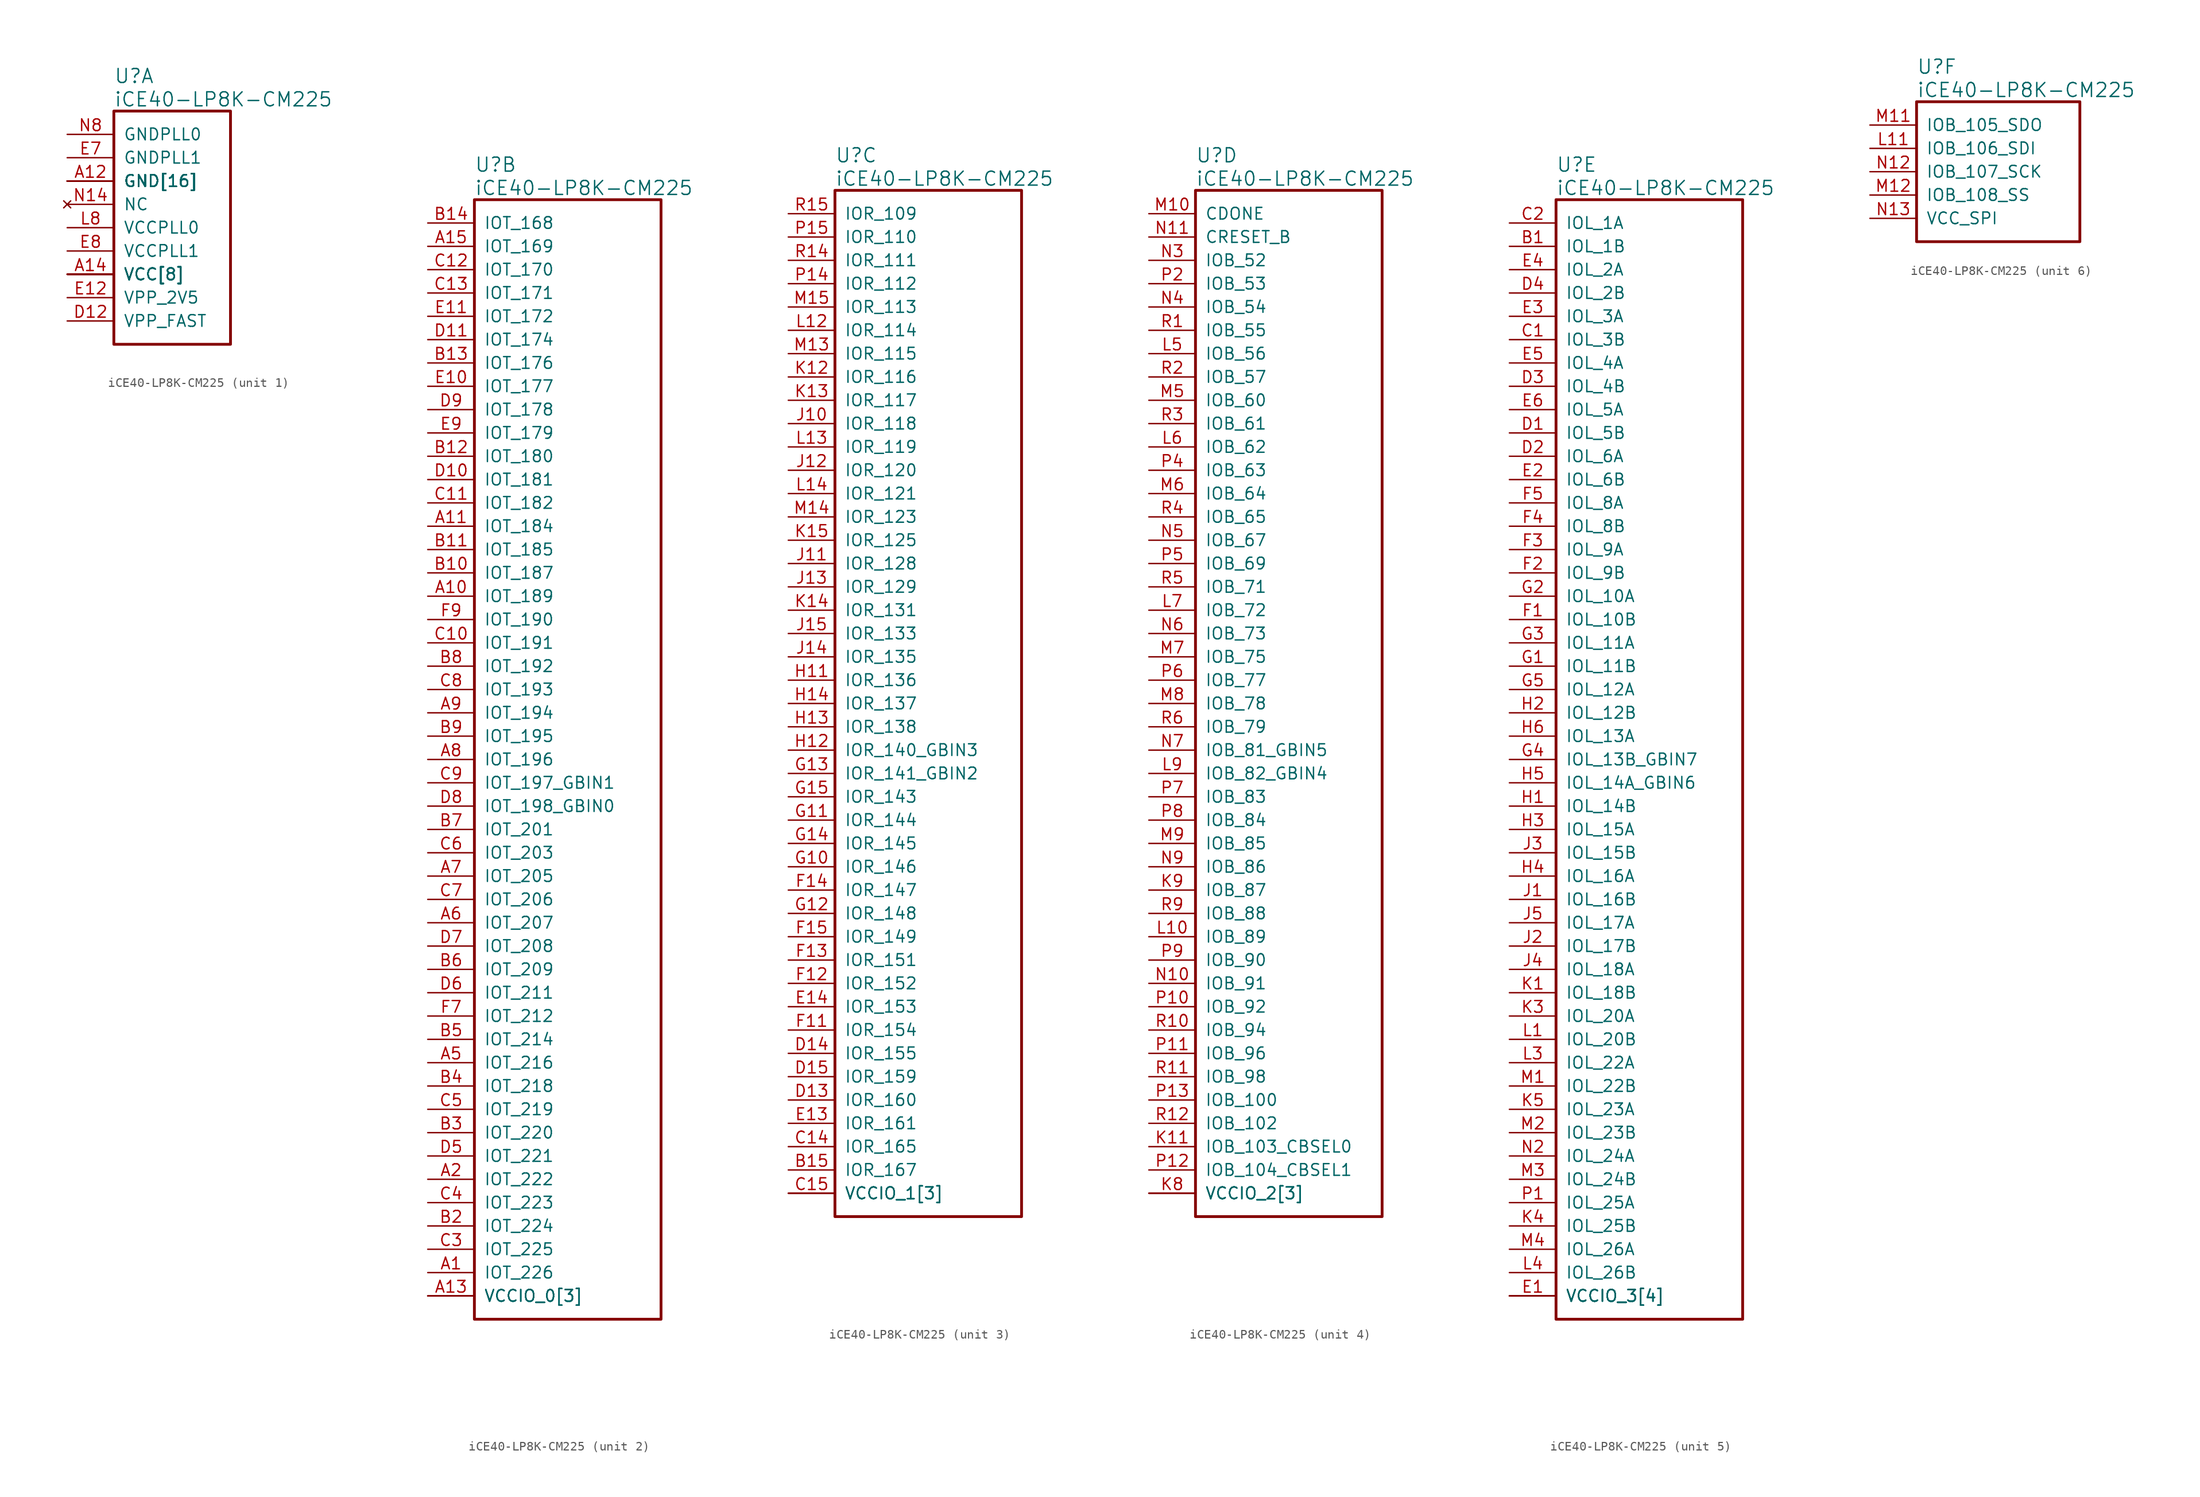
<source format=kicad_sym>
(kicad_symbol_lib
  (version 20241209)
  (generator "kicad_symbol_editor")
  (generator_version "9.0")
  (symbol "iCE40-LP8K-CM225"
    (pin_names
      (offset 1.016))
    (property "Reference" "U"
      (at 5.08 6.35 0)
      (effects (font (size 1.524 1.524)) (justify left)))
    (property "Value" "iCE40-LP8K-CM225"
      (at 5.08 3.81 0)
      (effects (font (size 1.524 1.524)) (justify left)))
    (property "ki_locked" ""
      (at 0 0 0)
      (effects (font (size 1.27 1.27))))
    (symbol "iCE40-LP8K-CM225_1_1"
      (rectangle (start 5.08 2.54) (end 17.78 -22.86) (stroke (width 0.305) (type solid)) (fill (type none)))
      (pin power_in line (at 0 0 0) (length 5.08) (name "GNDPLL0" (effects (font (size 1.27 1.27)))) (number "N8" (effects (font (size 1.27 1.27)))))
      (pin power_in line (at 0 -2.54 0) (length 5.08) (name "GNDPLL1" (effects (font (size 1.27 1.27)))) (number "E7" (effects (font (size 1.27 1.27)))))
      (pin power_in line (at 0 -5.08 0) (length 5.08) (name "GND[16]" (effects (font (size 1.27 1.27)))) (number "A12" (effects (font (size 1.27 1.27)))))
      (pin power_in line (at 0 -5.08 0) (length 5.08) (name "GND[16]" (effects (font (size 1.27 1.27)))) (number "A4" (effects (font (size 0 0)))))
      (pin power_in line (at 0 -5.08 0) (length 5.08) (name "GND[16]" (effects (font (size 1.27 1.27)))) (number "E15" (effects (font (size 0 0)))))
      (pin power_in line (at 0 -5.08 0) (length 5.08) (name "GND[16]" (effects (font (size 1.27 1.27)))) (number "G7" (effects (font (size 0 0)))))
      (pin power_in line (at 0 -5.08 0) (length 5.08) (name "GND[16]" (effects (font (size 1.27 1.27)))) (number "G8" (effects (font (size 0 0)))))
      (pin power_in line (at 0 -5.08 0) (length 5.08) (name "GND[16]" (effects (font (size 1.27 1.27)))) (number "G9" (effects (font (size 0 0)))))
      (pin power_in line (at 0 -5.08 0) (length 5.08) (name "GND[16]" (effects (font (size 1.27 1.27)))) (number "H7" (effects (font (size 0 0)))))
      (pin power_in line (at 0 -5.08 0) (length 5.08) (name "GND[16]" (effects (font (size 1.27 1.27)))) (number "H8" (effects (font (size 0 0)))))
      (pin power_in line (at 0 -5.08 0) (length 5.08) (name "GND[16]" (effects (font (size 1.27 1.27)))) (number "H9" (effects (font (size 0 0)))))
      (pin power_in line (at 0 -5.08 0) (length 5.08) (name "GND[16]" (effects (font (size 1.27 1.27)))) (number "J7" (effects (font (size 0 0)))))
      (pin power_in line (at 0 -5.08 0) (length 5.08) (name "GND[16]" (effects (font (size 1.27 1.27)))) (number "J8" (effects (font (size 0 0)))))
      (pin power_in line (at 0 -5.08 0) (length 5.08) (name "GND[16]" (effects (font (size 1.27 1.27)))) (number "J9" (effects (font (size 0 0)))))
      (pin power_in line (at 0 -5.08 0) (length 5.08) (name "GND[16]" (effects (font (size 1.27 1.27)))) (number "K2" (effects (font (size 0 0)))))
      (pin power_in line (at 0 -5.08 0) (length 5.08) (name "GND[16]" (effects (font (size 1.27 1.27)))) (number "K7" (effects (font (size 0 0)))))
      (pin power_in line (at 0 -5.08 0) (length 5.08) (name "GND[16]" (effects (font (size 1.27 1.27)))) (number "L15" (effects (font (size 0 0)))))
      (pin power_in line (at 0 -5.08 0) (length 5.08) (name "GND[16]" (effects (font (size 1.27 1.27)))) (number "R7" (effects (font (size 0 0)))))
      (pin no_connect line (at 0 -7.62 0) (length 5.08) (name "NC" (effects (font (size 1.27 1.27)))) (number "N14" (effects (font (size 1.27 1.27)))))
      (pin power_in line (at 0 -10.16 0) (length 5.08) (name "VCCPLL0" (effects (font (size 1.27 1.27)))) (number "L8" (effects (font (size 1.27 1.27)))))
      (pin power_in line (at 0 -12.7 0) (length 5.08) (name "VCCPLL1" (effects (font (size 1.27 1.27)))) (number "E8" (effects (font (size 1.27 1.27)))))
      (pin power_in line (at 0 -15.24 0) (length 5.08) (name "VCC[8]" (effects (font (size 1.27 1.27)))) (number "A14" (effects (font (size 1.27 1.27)))))
      (pin power_in line (at 0 -15.24 0) (length 5.08) (name "VCC[8]" (effects (font (size 1.27 1.27)))) (number "F10" (effects (font (size 0 0)))))
      (pin power_in line (at 0 -15.24 0) (length 5.08) (name "VCC[8]" (effects (font (size 1.27 1.27)))) (number "F6" (effects (font (size 0 0)))))
      (pin power_in line (at 0 -15.24 0) (length 5.08) (name "VCC[8]" (effects (font (size 1.27 1.27)))) (number "H15" (effects (font (size 0 0)))))
      (pin power_in line (at 0 -15.24 0) (length 5.08) (name "VCC[8]" (effects (font (size 1.27 1.27)))) (number "K10" (effects (font (size 0 0)))))
      (pin power_in line (at 0 -15.24 0) (length 5.08) (name "VCC[8]" (effects (font (size 1.27 1.27)))) (number "K6" (effects (font (size 0 0)))))
      (pin power_in line (at 0 -15.24 0) (length 5.08) (name "VCC[8]" (effects (font (size 1.27 1.27)))) (number "L2" (effects (font (size 0 0)))))
      (pin power_in line (at 0 -15.24 0) (length 5.08) (name "VCC[8]" (effects (font (size 1.27 1.27)))) (number "R8" (effects (font (size 0 0)))))
      (pin power_in line (at 0 -17.78 0) (length 5.08) (name "VPP_2V5" (effects (font (size 1.27 1.27)))) (number "E12" (effects (font (size 1.27 1.27)))))
      (pin power_in line (at 0 -20.32 0) (length 5.08) (name "VPP_FAST" (effects (font (size 1.27 1.27)))) (number "D12" (effects (font (size 1.27 1.27))))))
    (symbol "iCE40-LP8K-CM225_2_1"
      (rectangle (start 5.08 2.54) (end 25.4 -119.38) (stroke (width 0.305) (type solid)) (fill (type none)))
      (pin bidirectional line (at 0 0 0) (length 5.08) (name "IOT_168" (effects (font (size 1.27 1.27)))) (number "B14" (effects (font (size 1.27 1.27)))))
      (pin bidirectional line (at 0 -2.54 0) (length 5.08) (name "IOT_169" (effects (font (size 1.27 1.27)))) (number "A15" (effects (font (size 1.27 1.27)))))
      (pin bidirectional line (at 0 -5.08 0) (length 5.08) (name "IOT_170" (effects (font (size 1.27 1.27)))) (number "C12" (effects (font (size 1.27 1.27)))))
      (pin bidirectional line (at 0 -7.62 0) (length 5.08) (name "IOT_171" (effects (font (size 1.27 1.27)))) (number "C13" (effects (font (size 1.27 1.27)))))
      (pin bidirectional line (at 0 -10.16 0) (length 5.08) (name "IOT_172" (effects (font (size 1.27 1.27)))) (number "E11" (effects (font (size 1.27 1.27)))))
      (pin bidirectional line (at 0 -12.7 0) (length 5.08) (name "IOT_174" (effects (font (size 1.27 1.27)))) (number "D11" (effects (font (size 1.27 1.27)))))
      (pin bidirectional line (at 0 -15.24 0) (length 5.08) (name "IOT_176" (effects (font (size 1.27 1.27)))) (number "B13" (effects (font (size 1.27 1.27)))))
      (pin bidirectional line (at 0 -17.78 0) (length 5.08) (name "IOT_177" (effects (font (size 1.27 1.27)))) (number "E10" (effects (font (size 1.27 1.27)))))
      (pin bidirectional line (at 0 -20.32 0) (length 5.08) (name "IOT_178" (effects (font (size 1.27 1.27)))) (number "D9" (effects (font (size 1.27 1.27)))))
      (pin bidirectional line (at 0 -22.86 0) (length 5.08) (name "IOT_179" (effects (font (size 1.27 1.27)))) (number "E9" (effects (font (size 1.27 1.27)))))
      (pin bidirectional line (at 0 -25.4 0) (length 5.08) (name "IOT_180" (effects (font (size 1.27 1.27)))) (number "B12" (effects (font (size 1.27 1.27)))))
      (pin bidirectional line (at 0 -27.94 0) (length 5.08) (name "IOT_181" (effects (font (size 1.27 1.27)))) (number "D10" (effects (font (size 1.27 1.27)))))
      (pin bidirectional line (at 0 -30.48 0) (length 5.08) (name "IOT_182" (effects (font (size 1.27 1.27)))) (number "C11" (effects (font (size 1.27 1.27)))))
      (pin bidirectional line (at 0 -33.02 0) (length 5.08) (name "IOT_184" (effects (font (size 1.27 1.27)))) (number "A11" (effects (font (size 1.27 1.27)))))
      (pin bidirectional line (at 0 -35.56 0) (length 5.08) (name "IOT_185" (effects (font (size 1.27 1.27)))) (number "B11" (effects (font (size 1.27 1.27)))))
      (pin bidirectional line (at 0 -38.1 0) (length 5.08) (name "IOT_187" (effects (font (size 1.27 1.27)))) (number "B10" (effects (font (size 1.27 1.27)))))
      (pin bidirectional line (at 0 -40.64 0) (length 5.08) (name "IOT_189" (effects (font (size 1.27 1.27)))) (number "A10" (effects (font (size 1.27 1.27)))))
      (pin bidirectional line (at 0 -43.18 0) (length 5.08) (name "IOT_190" (effects (font (size 1.27 1.27)))) (number "F9" (effects (font (size 1.27 1.27)))))
      (pin bidirectional line (at 0 -45.72 0) (length 5.08) (name "IOT_191" (effects (font (size 1.27 1.27)))) (number "C10" (effects (font (size 1.27 1.27)))))
      (pin bidirectional line (at 0 -48.26 0) (length 5.08) (name "IOT_192" (effects (font (size 1.27 1.27)))) (number "B8" (effects (font (size 1.27 1.27)))))
      (pin bidirectional line (at 0 -50.8 0) (length 5.08) (name "IOT_193" (effects (font (size 1.27 1.27)))) (number "C8" (effects (font (size 1.27 1.27)))))
      (pin bidirectional line (at 0 -53.34 0) (length 5.08) (name "IOT_194" (effects (font (size 1.27 1.27)))) (number "A9" (effects (font (size 1.27 1.27)))))
      (pin bidirectional line (at 0 -55.88 0) (length 5.08) (name "IOT_195" (effects (font (size 1.27 1.27)))) (number "B9" (effects (font (size 1.27 1.27)))))
      (pin bidirectional line (at 0 -58.42 0) (length 5.08) (name "IOT_196" (effects (font (size 1.27 1.27)))) (number "A8" (effects (font (size 1.27 1.27)))))
      (pin bidirectional line (at 0 -60.96 0) (length 5.08) (name "IOT_197_GBIN1" (effects (font (size 1.27 1.27)))) (number "C9" (effects (font (size 1.27 1.27)))))
      (pin bidirectional line (at 0 -63.5 0) (length 5.08) (name "IOT_198_GBIN0" (effects (font (size 1.27 1.27)))) (number "D8" (effects (font (size 1.27 1.27)))))
      (pin bidirectional line (at 0 -66.04 0) (length 5.08) (name "IOT_201" (effects (font (size 1.27 1.27)))) (number "B7" (effects (font (size 1.27 1.27)))))
      (pin bidirectional line (at 0 -68.58 0) (length 5.08) (name "IOT_203" (effects (font (size 1.27 1.27)))) (number "C6" (effects (font (size 1.27 1.27)))))
      (pin bidirectional line (at 0 -71.12 0) (length 5.08) (name "IOT_205" (effects (font (size 1.27 1.27)))) (number "A7" (effects (font (size 1.27 1.27)))))
      (pin bidirectional line (at 0 -73.66 0) (length 5.08) (name "IOT_206" (effects (font (size 1.27 1.27)))) (number "C7" (effects (font (size 1.27 1.27)))))
      (pin bidirectional line (at 0 -76.2 0) (length 5.08) (name "IOT_207" (effects (font (size 1.27 1.27)))) (number "A6" (effects (font (size 1.27 1.27)))))
      (pin bidirectional line (at 0 -78.74 0) (length 5.08) (name "IOT_208" (effects (font (size 1.27 1.27)))) (number "D7" (effects (font (size 1.27 1.27)))))
      (pin bidirectional line (at 0 -81.28 0) (length 5.08) (name "IOT_209" (effects (font (size 1.27 1.27)))) (number "B6" (effects (font (size 1.27 1.27)))))
      (pin bidirectional line (at 0 -83.82 0) (length 5.08) (name "IOT_211" (effects (font (size 1.27 1.27)))) (number "D6" (effects (font (size 1.27 1.27)))))
      (pin bidirectional line (at 0 -86.36 0) (length 5.08) (name "IOT_212" (effects (font (size 1.27 1.27)))) (number "F7" (effects (font (size 1.27 1.27)))))
      (pin bidirectional line (at 0 -88.9 0) (length 5.08) (name "IOT_214" (effects (font (size 1.27 1.27)))) (number "B5" (effects (font (size 1.27 1.27)))))
      (pin bidirectional line (at 0 -91.44 0) (length 5.08) (name "IOT_216" (effects (font (size 1.27 1.27)))) (number "A5" (effects (font (size 1.27 1.27)))))
      (pin bidirectional line (at 0 -93.98 0) (length 5.08) (name "IOT_218" (effects (font (size 1.27 1.27)))) (number "B4" (effects (font (size 1.27 1.27)))))
      (pin bidirectional line (at 0 -96.52 0) (length 5.08) (name "IOT_219" (effects (font (size 1.27 1.27)))) (number "C5" (effects (font (size 1.27 1.27)))))
      (pin bidirectional line (at 0 -99.06 0) (length 5.08) (name "IOT_220" (effects (font (size 1.27 1.27)))) (number "B3" (effects (font (size 1.27 1.27)))))
      (pin bidirectional line (at 0 -101.6 0) (length 5.08) (name "IOT_221" (effects (font (size 1.27 1.27)))) (number "D5" (effects (font (size 1.27 1.27)))))
      (pin bidirectional line (at 0 -104.14 0) (length 5.08) (name "IOT_222" (effects (font (size 1.27 1.27)))) (number "A2" (effects (font (size 1.27 1.27)))))
      (pin bidirectional line (at 0 -106.68 0) (length 5.08) (name "IOT_223" (effects (font (size 1.27 1.27)))) (number "C4" (effects (font (size 1.27 1.27)))))
      (pin bidirectional line (at 0 -109.22 0) (length 5.08) (name "IOT_224" (effects (font (size 1.27 1.27)))) (number "B2" (effects (font (size 1.27 1.27)))))
      (pin bidirectional line (at 0 -111.76 0) (length 5.08) (name "IOT_225" (effects (font (size 1.27 1.27)))) (number "C3" (effects (font (size 1.27 1.27)))))
      (pin bidirectional line (at 0 -114.3 0) (length 5.08) (name "IOT_226" (effects (font (size 1.27 1.27)))) (number "A1" (effects (font (size 1.27 1.27)))))
      (pin power_in line (at 0 -116.84 0) (length 5.08) (name "VCCIO_0[3]" (effects (font (size 1.27 1.27)))) (number "A13" (effects (font (size 1.27 1.27)))))
      (pin power_in line (at 0 -116.84 0) (length 5.08) (name "VCCIO_0[3]" (effects (font (size 1.27 1.27)))) (number "A3" (effects (font (size 0 0)))))
      (pin power_in line (at 0 -116.84 0) (length 5.08) (name "VCCIO_0[3]" (effects (font (size 1.27 1.27)))) (number "F8" (effects (font (size 0 0))))))
    (symbol "iCE40-LP8K-CM225_3_1"
      (rectangle (start 5.08 2.54) (end 25.4 -109.22) (stroke (width 0.305) (type solid)) (fill (type none)))
      (pin bidirectional line (at 0 0 0) (length 5.08) (name "IOR_109" (effects (font (size 1.27 1.27)))) (number "R15" (effects (font (size 1.27 1.27)))))
      (pin bidirectional line (at 0 -2.54 0) (length 5.08) (name "IOR_110" (effects (font (size 1.27 1.27)))) (number "P15" (effects (font (size 1.27 1.27)))))
      (pin bidirectional line (at 0 -5.08 0) (length 5.08) (name "IOR_111" (effects (font (size 1.27 1.27)))) (number "R14" (effects (font (size 1.27 1.27)))))
      (pin bidirectional line (at 0 -7.62 0) (length 5.08) (name "IOR_112" (effects (font (size 1.27 1.27)))) (number "P14" (effects (font (size 1.27 1.27)))))
      (pin bidirectional line (at 0 -10.16 0) (length 5.08) (name "IOR_113" (effects (font (size 1.27 1.27)))) (number "M15" (effects (font (size 1.27 1.27)))))
      (pin bidirectional line (at 0 -12.7 0) (length 5.08) (name "IOR_114" (effects (font (size 1.27 1.27)))) (number "L12" (effects (font (size 1.27 1.27)))))
      (pin bidirectional line (at 0 -15.24 0) (length 5.08) (name "IOR_115" (effects (font (size 1.27 1.27)))) (number "M13" (effects (font (size 1.27 1.27)))))
      (pin bidirectional line (at 0 -17.78 0) (length 5.08) (name "IOR_116" (effects (font (size 1.27 1.27)))) (number "K12" (effects (font (size 1.27 1.27)))))
      (pin bidirectional line (at 0 -20.32 0) (length 5.08) (name "IOR_117" (effects (font (size 1.27 1.27)))) (number "K13" (effects (font (size 1.27 1.27)))))
      (pin bidirectional line (at 0 -22.86 0) (length 5.08) (name "IOR_118" (effects (font (size 1.27 1.27)))) (number "J10" (effects (font (size 1.27 1.27)))))
      (pin bidirectional line (at 0 -25.4 0) (length 5.08) (name "IOR_119" (effects (font (size 1.27 1.27)))) (number "L13" (effects (font (size 1.27 1.27)))))
      (pin bidirectional line (at 0 -27.94 0) (length 5.08) (name "IOR_120" (effects (font (size 1.27 1.27)))) (number "J12" (effects (font (size 1.27 1.27)))))
      (pin bidirectional line (at 0 -30.48 0) (length 5.08) (name "IOR_121" (effects (font (size 1.27 1.27)))) (number "L14" (effects (font (size 1.27 1.27)))))
      (pin bidirectional line (at 0 -33.02 0) (length 5.08) (name "IOR_123" (effects (font (size 1.27 1.27)))) (number "M14" (effects (font (size 1.27 1.27)))))
      (pin bidirectional line (at 0 -35.56 0) (length 5.08) (name "IOR_125" (effects (font (size 1.27 1.27)))) (number "K15" (effects (font (size 1.27 1.27)))))
      (pin bidirectional line (at 0 -38.1 0) (length 5.08) (name "IOR_128" (effects (font (size 1.27 1.27)))) (number "J11" (effects (font (size 1.27 1.27)))))
      (pin bidirectional line (at 0 -40.64 0) (length 5.08) (name "IOR_129" (effects (font (size 1.27 1.27)))) (number "J13" (effects (font (size 1.27 1.27)))))
      (pin bidirectional line (at 0 -43.18 0) (length 5.08) (name "IOR_131" (effects (font (size 1.27 1.27)))) (number "K14" (effects (font (size 1.27 1.27)))))
      (pin bidirectional line (at 0 -45.72 0) (length 5.08) (name "IOR_133" (effects (font (size 1.27 1.27)))) (number "J15" (effects (font (size 1.27 1.27)))))
      (pin bidirectional line (at 0 -48.26 0) (length 5.08) (name "IOR_135" (effects (font (size 1.27 1.27)))) (number "J14" (effects (font (size 1.27 1.27)))))
      (pin bidirectional line (at 0 -50.8 0) (length 5.08) (name "IOR_136" (effects (font (size 1.27 1.27)))) (number "H11" (effects (font (size 1.27 1.27)))))
      (pin bidirectional line (at 0 -53.34 0) (length 5.08) (name "IOR_137" (effects (font (size 1.27 1.27)))) (number "H14" (effects (font (size 1.27 1.27)))))
      (pin bidirectional line (at 0 -55.88 0) (length 5.08) (name "IOR_138" (effects (font (size 1.27 1.27)))) (number "H13" (effects (font (size 1.27 1.27)))))
      (pin bidirectional line (at 0 -58.42 0) (length 5.08) (name "IOR_140_GBIN3" (effects (font (size 1.27 1.27)))) (number "H12" (effects (font (size 1.27 1.27)))))
      (pin bidirectional line (at 0 -60.96 0) (length 5.08) (name "IOR_141_GBIN2" (effects (font (size 1.27 1.27)))) (number "G13" (effects (font (size 1.27 1.27)))))
      (pin bidirectional line (at 0 -63.5 0) (length 5.08) (name "IOR_143" (effects (font (size 1.27 1.27)))) (number "G15" (effects (font (size 1.27 1.27)))))
      (pin bidirectional line (at 0 -66.04 0) (length 5.08) (name "IOR_144" (effects (font (size 1.27 1.27)))) (number "G11" (effects (font (size 1.27 1.27)))))
      (pin bidirectional line (at 0 -68.58 0) (length 5.08) (name "IOR_145" (effects (font (size 1.27 1.27)))) (number "G14" (effects (font (size 1.27 1.27)))))
      (pin bidirectional line (at 0 -71.12 0) (length 5.08) (name "IOR_146" (effects (font (size 1.27 1.27)))) (number "G10" (effects (font (size 1.27 1.27)))))
      (pin bidirectional line (at 0 -73.66 0) (length 5.08) (name "IOR_147" (effects (font (size 1.27 1.27)))) (number "F14" (effects (font (size 1.27 1.27)))))
      (pin bidirectional line (at 0 -76.2 0) (length 5.08) (name "IOR_148" (effects (font (size 1.27 1.27)))) (number "G12" (effects (font (size 1.27 1.27)))))
      (pin bidirectional line (at 0 -78.74 0) (length 5.08) (name "IOR_149" (effects (font (size 1.27 1.27)))) (number "F15" (effects (font (size 1.27 1.27)))))
      (pin bidirectional line (at 0 -81.28 0) (length 5.08) (name "IOR_151" (effects (font (size 1.27 1.27)))) (number "F13" (effects (font (size 1.27 1.27)))))
      (pin bidirectional line (at 0 -83.82 0) (length 5.08) (name "IOR_152" (effects (font (size 1.27 1.27)))) (number "F12" (effects (font (size 1.27 1.27)))))
      (pin bidirectional line (at 0 -86.36 0) (length 5.08) (name "IOR_153" (effects (font (size 1.27 1.27)))) (number "E14" (effects (font (size 1.27 1.27)))))
      (pin bidirectional line (at 0 -88.9 0) (length 5.08) (name "IOR_154" (effects (font (size 1.27 1.27)))) (number "F11" (effects (font (size 1.27 1.27)))))
      (pin bidirectional line (at 0 -91.44 0) (length 5.08) (name "IOR_155" (effects (font (size 1.27 1.27)))) (number "D14" (effects (font (size 1.27 1.27)))))
      (pin bidirectional line (at 0 -93.98 0) (length 5.08) (name "IOR_159" (effects (font (size 1.27 1.27)))) (number "D15" (effects (font (size 1.27 1.27)))))
      (pin bidirectional line (at 0 -96.52 0) (length 5.08) (name "IOR_160" (effects (font (size 1.27 1.27)))) (number "D13" (effects (font (size 1.27 1.27)))))
      (pin bidirectional line (at 0 -99.06 0) (length 5.08) (name "IOR_161" (effects (font (size 1.27 1.27)))) (number "E13" (effects (font (size 1.27 1.27)))))
      (pin bidirectional line (at 0 -101.6 0) (length 5.08) (name "IOR_165" (effects (font (size 1.27 1.27)))) (number "C14" (effects (font (size 1.27 1.27)))))
      (pin bidirectional line (at 0 -104.14 0) (length 5.08) (name "IOR_167" (effects (font (size 1.27 1.27)))) (number "B15" (effects (font (size 1.27 1.27)))))
      (pin power_in line (at 0 -106.68 0) (length 5.08) (name "VCCIO_1[3]" (effects (font (size 1.27 1.27)))) (number "C15" (effects (font (size 1.27 1.27)))))
      (pin power_in line (at 0 -106.68 0) (length 5.08) (name "VCCIO_1[3]" (effects (font (size 1.27 1.27)))) (number "H10" (effects (font (size 0 0)))))
      (pin power_in line (at 0 -106.68 0) (length 5.08) (name "VCCIO_1[3]" (effects (font (size 1.27 1.27)))) (number "N15" (effects (font (size 0 0))))))
    (symbol "iCE40-LP8K-CM225_4_1"
      (rectangle (start 5.08 2.54) (end 25.4 -109.22) (stroke (width 0.305) (type solid)) (fill (type none)))
      (pin output line (at 0 0 0) (length 5.08) (name "CDONE" (effects (font (size 1.27 1.27)))) (number "M10" (effects (font (size 1.27 1.27)))))
      (pin input line (at 0 -2.54 0) (length 5.08) (name "CRESET_B" (effects (font (size 1.27 1.27)))) (number "N11" (effects (font (size 1.27 1.27)))))
      (pin bidirectional line (at 0 -5.08 0) (length 5.08) (name "IOB_52" (effects (font (size 1.27 1.27)))) (number "N3" (effects (font (size 1.27 1.27)))))
      (pin bidirectional line (at 0 -7.62 0) (length 5.08) (name "IOB_53" (effects (font (size 1.27 1.27)))) (number "P2" (effects (font (size 1.27 1.27)))))
      (pin bidirectional line (at 0 -10.16 0) (length 5.08) (name "IOB_54" (effects (font (size 1.27 1.27)))) (number "N4" (effects (font (size 1.27 1.27)))))
      (pin bidirectional line (at 0 -12.7 0) (length 5.08) (name "IOB_55" (effects (font (size 1.27 1.27)))) (number "R1" (effects (font (size 1.27 1.27)))))
      (pin bidirectional line (at 0 -15.24 0) (length 5.08) (name "IOB_56" (effects (font (size 1.27 1.27)))) (number "L5" (effects (font (size 1.27 1.27)))))
      (pin bidirectional line (at 0 -17.78 0) (length 5.08) (name "IOB_57" (effects (font (size 1.27 1.27)))) (number "R2" (effects (font (size 1.27 1.27)))))
      (pin bidirectional line (at 0 -20.32 0) (length 5.08) (name "IOB_60" (effects (font (size 1.27 1.27)))) (number "M5" (effects (font (size 1.27 1.27)))))
      (pin bidirectional line (at 0 -22.86 0) (length 5.08) (name "IOB_61" (effects (font (size 1.27 1.27)))) (number "R3" (effects (font (size 1.27 1.27)))))
      (pin bidirectional line (at 0 -25.4 0) (length 5.08) (name "IOB_62" (effects (font (size 1.27 1.27)))) (number "L6" (effects (font (size 1.27 1.27)))))
      (pin bidirectional line (at 0 -27.94 0) (length 5.08) (name "IOB_63" (effects (font (size 1.27 1.27)))) (number "P4" (effects (font (size 1.27 1.27)))))
      (pin bidirectional line (at 0 -30.48 0) (length 5.08) (name "IOB_64" (effects (font (size 1.27 1.27)))) (number "M6" (effects (font (size 1.27 1.27)))))
      (pin bidirectional line (at 0 -33.02 0) (length 5.08) (name "IOB_65" (effects (font (size 1.27 1.27)))) (number "R4" (effects (font (size 1.27 1.27)))))
      (pin bidirectional line (at 0 -35.56 0) (length 5.08) (name "IOB_67" (effects (font (size 1.27 1.27)))) (number "N5" (effects (font (size 1.27 1.27)))))
      (pin bidirectional line (at 0 -38.1 0) (length 5.08) (name "IOB_69" (effects (font (size 1.27 1.27)))) (number "P5" (effects (font (size 1.27 1.27)))))
      (pin bidirectional line (at 0 -40.64 0) (length 5.08) (name "IOB_71" (effects (font (size 1.27 1.27)))) (number "R5" (effects (font (size 1.27 1.27)))))
      (pin bidirectional line (at 0 -43.18 0) (length 5.08) (name "IOB_72" (effects (font (size 1.27 1.27)))) (number "L7" (effects (font (size 1.27 1.27)))))
      (pin bidirectional line (at 0 -45.72 0) (length 5.08) (name "IOB_73" (effects (font (size 1.27 1.27)))) (number "N6" (effects (font (size 1.27 1.27)))))
      (pin bidirectional line (at 0 -48.26 0) (length 5.08) (name "IOB_75" (effects (font (size 1.27 1.27)))) (number "M7" (effects (font (size 1.27 1.27)))))
      (pin bidirectional line (at 0 -50.8 0) (length 5.08) (name "IOB_77" (effects (font (size 1.27 1.27)))) (number "P6" (effects (font (size 1.27 1.27)))))
      (pin bidirectional line (at 0 -53.34 0) (length 5.08) (name "IOB_78" (effects (font (size 1.27 1.27)))) (number "M8" (effects (font (size 1.27 1.27)))))
      (pin bidirectional line (at 0 -55.88 0) (length 5.08) (name "IOB_79" (effects (font (size 1.27 1.27)))) (number "R6" (effects (font (size 1.27 1.27)))))
      (pin bidirectional line (at 0 -58.42 0) (length 5.08) (name "IOB_81_GBIN5" (effects (font (size 1.27 1.27)))) (number "N7" (effects (font (size 1.27 1.27)))))
      (pin bidirectional line (at 0 -60.96 0) (length 5.08) (name "IOB_82_GBIN4" (effects (font (size 1.27 1.27)))) (number "L9" (effects (font (size 1.27 1.27)))))
      (pin bidirectional line (at 0 -63.5 0) (length 5.08) (name "IOB_83" (effects (font (size 1.27 1.27)))) (number "P7" (effects (font (size 1.27 1.27)))))
      (pin bidirectional line (at 0 -66.04 0) (length 5.08) (name "IOB_84" (effects (font (size 1.27 1.27)))) (number "P8" (effects (font (size 1.27 1.27)))))
      (pin bidirectional line (at 0 -68.58 0) (length 5.08) (name "IOB_85" (effects (font (size 1.27 1.27)))) (number "M9" (effects (font (size 1.27 1.27)))))
      (pin bidirectional line (at 0 -71.12 0) (length 5.08) (name "IOB_86" (effects (font (size 1.27 1.27)))) (number "N9" (effects (font (size 1.27 1.27)))))
      (pin bidirectional line (at 0 -73.66 0) (length 5.08) (name "IOB_87" (effects (font (size 1.27 1.27)))) (number "K9" (effects (font (size 1.27 1.27)))))
      (pin bidirectional line (at 0 -76.2 0) (length 5.08) (name "IOB_88" (effects (font (size 1.27 1.27)))) (number "R9" (effects (font (size 1.27 1.27)))))
      (pin bidirectional line (at 0 -78.74 0) (length 5.08) (name "IOB_89" (effects (font (size 1.27 1.27)))) (number "L10" (effects (font (size 1.27 1.27)))))
      (pin bidirectional line (at 0 -81.28 0) (length 5.08) (name "IOB_90" (effects (font (size 1.27 1.27)))) (number "P9" (effects (font (size 1.27 1.27)))))
      (pin bidirectional line (at 0 -83.82 0) (length 5.08) (name "IOB_91" (effects (font (size 1.27 1.27)))) (number "N10" (effects (font (size 1.27 1.27)))))
      (pin bidirectional line (at 0 -86.36 0) (length 5.08) (name "IOB_92" (effects (font (size 1.27 1.27)))) (number "P10" (effects (font (size 1.27 1.27)))))
      (pin bidirectional line (at 0 -88.9 0) (length 5.08) (name "IOB_94" (effects (font (size 1.27 1.27)))) (number "R10" (effects (font (size 1.27 1.27)))))
      (pin bidirectional line (at 0 -91.44 0) (length 5.08) (name "IOB_96" (effects (font (size 1.27 1.27)))) (number "P11" (effects (font (size 1.27 1.27)))))
      (pin bidirectional line (at 0 -93.98 0) (length 5.08) (name "IOB_98" (effects (font (size 1.27 1.27)))) (number "R11" (effects (font (size 1.27 1.27)))))
      (pin bidirectional line (at 0 -96.52 0) (length 5.08) (name "IOB_100" (effects (font (size 1.27 1.27)))) (number "P13" (effects (font (size 1.27 1.27)))))
      (pin bidirectional line (at 0 -99.06 0) (length 5.08) (name "IOB_102" (effects (font (size 1.27 1.27)))) (number "R12" (effects (font (size 1.27 1.27)))))
      (pin bidirectional line (at 0 -101.6 0) (length 5.08) (name "IOB_103_CBSEL0" (effects (font (size 1.27 1.27)))) (number "K11" (effects (font (size 1.27 1.27)))))
      (pin bidirectional line (at 0 -104.14 0) (length 5.08) (name "IOB_104_CBSEL1" (effects (font (size 1.27 1.27)))) (number "P12" (effects (font (size 1.27 1.27)))))
      (pin power_in line (at 0 -106.68 0) (length 5.08) (name "VCCIO_2[3]" (effects (font (size 1.27 1.27)))) (number "K8" (effects (font (size 1.27 1.27)))))
      (pin power_in line (at 0 -106.68 0) (length 5.08) (name "VCCIO_2[3]" (effects (font (size 1.27 1.27)))) (number "P3" (effects (font (size 0 0)))))
      (pin power_in line (at 0 -106.68 0) (length 5.08) (name "VCCIO_2[3]" (effects (font (size 1.27 1.27)))) (number "R13" (effects (font (size 0 0))))))
    (symbol "iCE40-LP8K-CM225_5_1"
      (rectangle (start 5.08 2.54) (end 25.4 -119.38) (stroke (width 0.305) (type solid)) (fill (type none)))
      (pin bidirectional line (at 0 0 0) (length 5.08) (name "IOL_1A" (effects (font (size 1.27 1.27)))) (number "C2" (effects (font (size 1.27 1.27)))))
      (pin bidirectional line (at 0 -2.54 0) (length 5.08) (name "IOL_1B" (effects (font (size 1.27 1.27)))) (number "B1" (effects (font (size 1.27 1.27)))))
      (pin bidirectional line (at 0 -5.08 0) (length 5.08) (name "IOL_2A" (effects (font (size 1.27 1.27)))) (number "E4" (effects (font (size 1.27 1.27)))))
      (pin bidirectional line (at 0 -7.62 0) (length 5.08) (name "IOL_2B" (effects (font (size 1.27 1.27)))) (number "D4" (effects (font (size 1.27 1.27)))))
      (pin bidirectional line (at 0 -10.16 0) (length 5.08) (name "IOL_3A" (effects (font (size 1.27 1.27)))) (number "E3" (effects (font (size 1.27 1.27)))))
      (pin bidirectional line (at 0 -12.7 0) (length 5.08) (name "IOL_3B" (effects (font (size 1.27 1.27)))) (number "C1" (effects (font (size 1.27 1.27)))))
      (pin bidirectional line (at 0 -15.24 0) (length 5.08) (name "IOL_4A" (effects (font (size 1.27 1.27)))) (number "E5" (effects (font (size 1.27 1.27)))))
      (pin bidirectional line (at 0 -17.78 0) (length 5.08) (name "IOL_4B" (effects (font (size 1.27 1.27)))) (number "D3" (effects (font (size 1.27 1.27)))))
      (pin bidirectional line (at 0 -20.32 0) (length 5.08) (name "IOL_5A" (effects (font (size 1.27 1.27)))) (number "E6" (effects (font (size 1.27 1.27)))))
      (pin bidirectional line (at 0 -22.86 0) (length 5.08) (name "IOL_5B" (effects (font (size 1.27 1.27)))) (number "D1" (effects (font (size 1.27 1.27)))))
      (pin bidirectional line (at 0 -25.4 0) (length 5.08) (name "IOL_6A" (effects (font (size 1.27 1.27)))) (number "D2" (effects (font (size 1.27 1.27)))))
      (pin bidirectional line (at 0 -27.94 0) (length 5.08) (name "IOL_6B" (effects (font (size 1.27 1.27)))) (number "E2" (effects (font (size 1.27 1.27)))))
      (pin bidirectional line (at 0 -30.48 0) (length 5.08) (name "IOL_8A" (effects (font (size 1.27 1.27)))) (number "F5" (effects (font (size 1.27 1.27)))))
      (pin bidirectional line (at 0 -33.02 0) (length 5.08) (name "IOL_8B" (effects (font (size 1.27 1.27)))) (number "F4" (effects (font (size 1.27 1.27)))))
      (pin bidirectional line (at 0 -35.56 0) (length 5.08) (name "IOL_9A" (effects (font (size 1.27 1.27)))) (number "F3" (effects (font (size 1.27 1.27)))))
      (pin bidirectional line (at 0 -38.1 0) (length 5.08) (name "IOL_9B" (effects (font (size 1.27 1.27)))) (number "F2" (effects (font (size 1.27 1.27)))))
      (pin bidirectional line (at 0 -40.64 0) (length 5.08) (name "IOL_10A" (effects (font (size 1.27 1.27)))) (number "G2" (effects (font (size 1.27 1.27)))))
      (pin bidirectional line (at 0 -43.18 0) (length 5.08) (name "IOL_10B" (effects (font (size 1.27 1.27)))) (number "F1" (effects (font (size 1.27 1.27)))))
      (pin bidirectional line (at 0 -45.72 0) (length 5.08) (name "IOL_11A" (effects (font (size 1.27 1.27)))) (number "G3" (effects (font (size 1.27 1.27)))))
      (pin bidirectional line (at 0 -48.26 0) (length 5.08) (name "IOL_11B" (effects (font (size 1.27 1.27)))) (number "G1" (effects (font (size 1.27 1.27)))))
      (pin bidirectional line (at 0 -50.8 0) (length 5.08) (name "IOL_12A" (effects (font (size 1.27 1.27)))) (number "G5" (effects (font (size 1.27 1.27)))))
      (pin bidirectional line (at 0 -53.34 0) (length 5.08) (name "IOL_12B" (effects (font (size 1.27 1.27)))) (number "H2" (effects (font (size 1.27 1.27)))))
      (pin bidirectional line (at 0 -55.88 0) (length 5.08) (name "IOL_13A" (effects (font (size 1.27 1.27)))) (number "H6" (effects (font (size 1.27 1.27)))))
      (pin bidirectional line (at 0 -58.42 0) (length 5.08) (name "IOL_13B_GBIN7" (effects (font (size 1.27 1.27)))) (number "G4" (effects (font (size 1.27 1.27)))))
      (pin bidirectional line (at 0 -60.96 0) (length 5.08) (name "IOL_14A_GBIN6" (effects (font (size 1.27 1.27)))) (number "H5" (effects (font (size 1.27 1.27)))))
      (pin bidirectional line (at 0 -63.5 0) (length 5.08) (name "IOL_14B" (effects (font (size 1.27 1.27)))) (number "H1" (effects (font (size 1.27 1.27)))))
      (pin bidirectional line (at 0 -66.04 0) (length 5.08) (name "IOL_15A" (effects (font (size 1.27 1.27)))) (number "H3" (effects (font (size 1.27 1.27)))))
      (pin bidirectional line (at 0 -68.58 0) (length 5.08) (name "IOL_15B" (effects (font (size 1.27 1.27)))) (number "J3" (effects (font (size 1.27 1.27)))))
      (pin bidirectional line (at 0 -71.12 0) (length 5.08) (name "IOL_16A" (effects (font (size 1.27 1.27)))) (number "H4" (effects (font (size 1.27 1.27)))))
      (pin bidirectional line (at 0 -73.66 0) (length 5.08) (name "IOL_16B" (effects (font (size 1.27 1.27)))) (number "J1" (effects (font (size 1.27 1.27)))))
      (pin bidirectional line (at 0 -76.2 0) (length 5.08) (name "IOL_17A" (effects (font (size 1.27 1.27)))) (number "J5" (effects (font (size 1.27 1.27)))))
      (pin bidirectional line (at 0 -78.74 0) (length 5.08) (name "IOL_17B" (effects (font (size 1.27 1.27)))) (number "J2" (effects (font (size 1.27 1.27)))))
      (pin bidirectional line (at 0 -81.28 0) (length 5.08) (name "IOL_18A" (effects (font (size 1.27 1.27)))) (number "J4" (effects (font (size 1.27 1.27)))))
      (pin bidirectional line (at 0 -83.82 0) (length 5.08) (name "IOL_18B" (effects (font (size 1.27 1.27)))) (number "K1" (effects (font (size 1.27 1.27)))))
      (pin bidirectional line (at 0 -86.36 0) (length 5.08) (name "IOL_20A" (effects (font (size 1.27 1.27)))) (number "K3" (effects (font (size 1.27 1.27)))))
      (pin bidirectional line (at 0 -88.9 0) (length 5.08) (name "IOL_20B" (effects (font (size 1.27 1.27)))) (number "L1" (effects (font (size 1.27 1.27)))))
      (pin bidirectional line (at 0 -91.44 0) (length 5.08) (name "IOL_22A" (effects (font (size 1.27 1.27)))) (number "L3" (effects (font (size 1.27 1.27)))))
      (pin bidirectional line (at 0 -93.98 0) (length 5.08) (name "IOL_22B" (effects (font (size 1.27 1.27)))) (number "M1" (effects (font (size 1.27 1.27)))))
      (pin bidirectional line (at 0 -96.52 0) (length 5.08) (name "IOL_23A" (effects (font (size 1.27 1.27)))) (number "K5" (effects (font (size 1.27 1.27)))))
      (pin bidirectional line (at 0 -99.06 0) (length 5.08) (name "IOL_23B" (effects (font (size 1.27 1.27)))) (number "M2" (effects (font (size 1.27 1.27)))))
      (pin bidirectional line (at 0 -101.6 0) (length 5.08) (name "IOL_24A" (effects (font (size 1.27 1.27)))) (number "N2" (effects (font (size 1.27 1.27)))))
      (pin bidirectional line (at 0 -104.14 0) (length 5.08) (name "IOL_24B" (effects (font (size 1.27 1.27)))) (number "M3" (effects (font (size 1.27 1.27)))))
      (pin bidirectional line (at 0 -106.68 0) (length 5.08) (name "IOL_25A" (effects (font (size 1.27 1.27)))) (number "P1" (effects (font (size 1.27 1.27)))))
      (pin bidirectional line (at 0 -109.22 0) (length 5.08) (name "IOL_25B" (effects (font (size 1.27 1.27)))) (number "K4" (effects (font (size 1.27 1.27)))))
      (pin bidirectional line (at 0 -111.76 0) (length 5.08) (name "IOL_26A" (effects (font (size 1.27 1.27)))) (number "M4" (effects (font (size 1.27 1.27)))))
      (pin bidirectional line (at 0 -114.3 0) (length 5.08) (name "IOL_26B" (effects (font (size 1.27 1.27)))) (number "L4" (effects (font (size 1.27 1.27)))))
      (pin power_in line (at 0 -116.84 0) (length 5.08) (name "VCCIO_3[4]" (effects (font (size 1.27 1.27)))) (number "E1" (effects (font (size 1.27 1.27)))))
      (pin power_in line (at 0 -116.84 0) (length 5.08) (name "VCCIO_3[4]" (effects (font (size 1.27 1.27)))) (number "G6" (effects (font (size 0 0)))))
      (pin power_in line (at 0 -116.84 0) (length 5.08) (name "VCCIO_3[4]" (effects (font (size 1.27 1.27)))) (number "J6" (effects (font (size 0 0)))))
      (pin power_in line (at 0 -116.84 0) (length 5.08) (name "VCCIO_3[4]" (effects (font (size 1.27 1.27)))) (number "N1" (effects (font (size 0 0))))))
    (symbol "iCE40-LP8K-CM225_6_1"
      (rectangle (start 5.08 2.54) (end 22.86 -12.7) (stroke (width 0.305) (type solid)) (fill (type none)))
      (pin bidirectional line (at 0 0 0) (length 5.08) (name "IOB_105_SDO" (effects (font (size 1.27 1.27)))) (number "M11" (effects (font (size 1.27 1.27)))))
      (pin bidirectional line (at 0 -2.54 0) (length 5.08) (name "IOB_106_SDI" (effects (font (size 1.27 1.27)))) (number "L11" (effects (font (size 1.27 1.27)))))
      (pin bidirectional line (at 0 -5.08 0) (length 5.08) (name "IOB_107_SCK" (effects (font (size 1.27 1.27)))) (number "N12" (effects (font (size 1.27 1.27)))))
      (pin bidirectional line (at 0 -7.62 0) (length 5.08) (name "IOB_108_SS" (effects (font (size 1.27 1.27)))) (number "M12" (effects (font (size 1.27 1.27)))))
      (pin power_in line (at 0 -10.16 0) (length 5.08) (name "VCC_SPI" (effects (font (size 1.27 1.27)))) (number "N13" (effects (font (size 1.27 1.27))))))))
</source>
